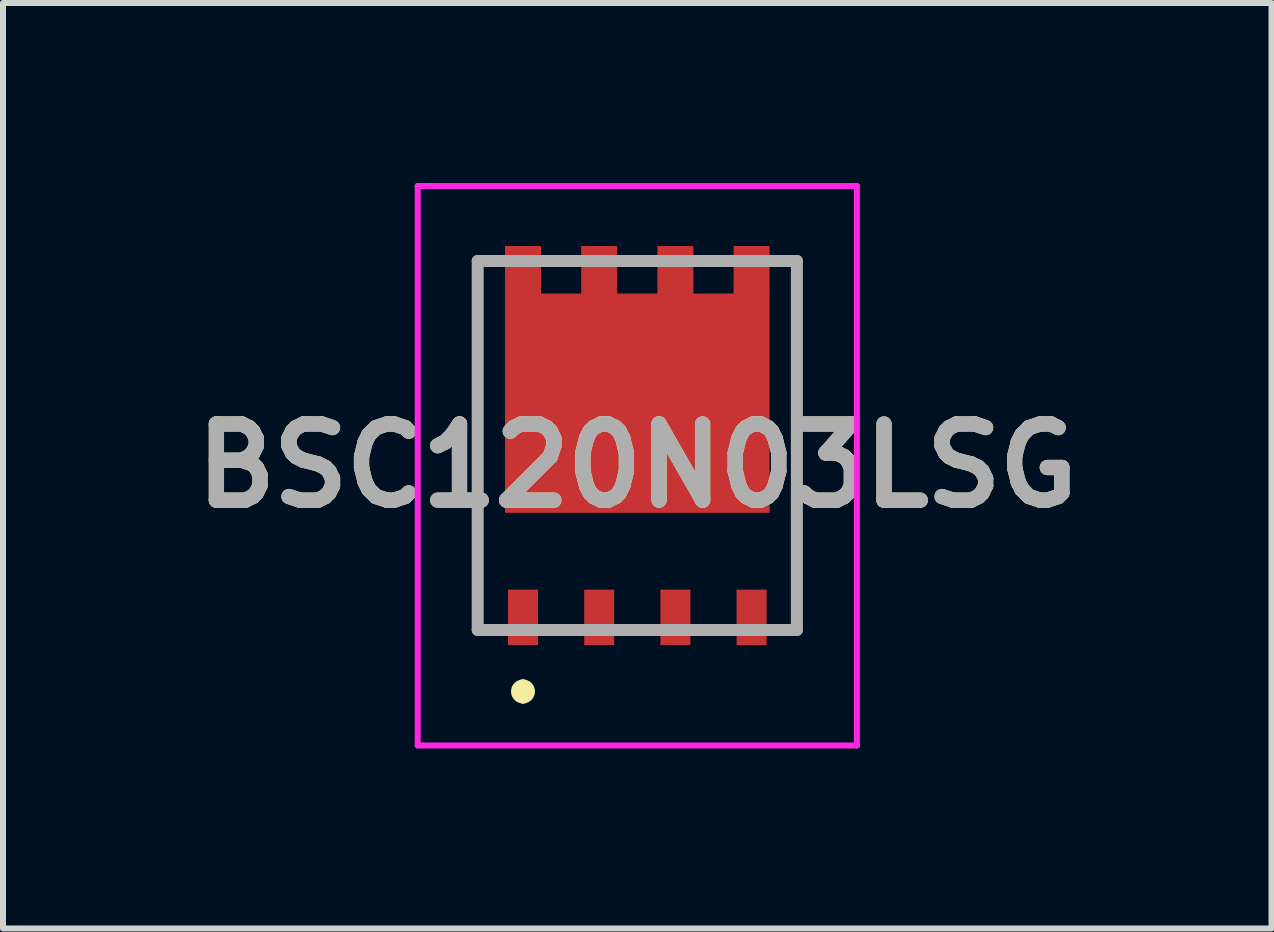
<source format=kicad_pcb>
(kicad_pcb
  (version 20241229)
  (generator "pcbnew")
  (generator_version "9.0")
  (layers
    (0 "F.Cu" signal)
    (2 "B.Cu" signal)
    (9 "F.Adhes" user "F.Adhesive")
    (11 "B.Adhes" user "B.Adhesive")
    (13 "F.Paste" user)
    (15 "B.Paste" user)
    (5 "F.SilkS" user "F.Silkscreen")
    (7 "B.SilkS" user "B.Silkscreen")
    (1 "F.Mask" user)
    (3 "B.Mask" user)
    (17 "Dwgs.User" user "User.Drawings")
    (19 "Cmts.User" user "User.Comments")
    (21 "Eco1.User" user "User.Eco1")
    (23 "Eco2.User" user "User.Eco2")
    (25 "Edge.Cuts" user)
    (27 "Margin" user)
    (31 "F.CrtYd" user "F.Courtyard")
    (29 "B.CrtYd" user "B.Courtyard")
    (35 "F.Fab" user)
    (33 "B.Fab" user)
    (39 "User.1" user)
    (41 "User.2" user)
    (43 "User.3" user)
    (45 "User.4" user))
  (footprint "BSC120N03LSG"
    (layer "F.Cu")
    (at 7.572 4.375)
    (property "Reference" "BSC120N03LSG" (at 0 0.337 0) (layer "F.SilkS") (effects (font (size 1.27 1.27) (thickness 0.254))))
    (attr smd)
    (fp_line (start -2.66 -3.075) (end -2.66 3.075) (stroke (width 0.1) (type solid)) (layer "F.SilkS"))
    (fp_line (start -1.905 4) (end -1.905 4) (stroke (width 0.2) (type solid)) (layer "F.SilkS"))
    (fp_line (start -1.905 4.2) (end -1.905 4.2) (stroke (width 0.2) (type solid)) (layer "F.SilkS"))
    (fp_line (start 2.66 -3.075) (end 2.66 3.075) (stroke (width 0.1) (type solid)) (layer "F.SilkS"))
    (fp_arc (start -1.905 4) (mid -1.805 4.1) (end -1.905 4.2) (stroke (width 0.2) (type solid)) (layer "F.SilkS"))
    (fp_arc (start -1.905 4.2) (mid -2.005 4.1) (end -1.905 4) (stroke (width 0.2) (type solid)) (layer "F.SilkS"))
    (fp_line (start -3.66 -4.325) (end 3.66 -4.325) (stroke (width 0.1) (type solid)) (layer "F.CrtYd"))
    (fp_line (start -3.66 5) (end -3.66 -4.325) (stroke (width 0.1) (type solid)) (layer "F.CrtYd"))
    (fp_line (start 3.66 -4.325) (end 3.66 5) (stroke (width 0.1) (type solid)) (layer "F.CrtYd"))
    (fp_line (start 3.66 5) (end -3.66 5) (stroke (width 0.1) (type solid)) (layer "F.CrtYd"))
    (fp_line (start -2.66 -3.075) (end 2.66 -3.075) (stroke (width 0.2) (type solid)) (layer "F.Fab"))
    (fp_line (start -2.66 3.075) (end -2.66 -3.075) (stroke (width 0.2) (type solid)) (layer "F.Fab"))
    (fp_line (start 2.66 -3.075) (end 2.66 3.075) (stroke (width 0.2) (type solid)) (layer "F.Fab"))
    (fp_line (start 2.66 3.075) (end -2.66 3.075) (stroke (width 0.2) (type solid)) (layer "F.Fab"))
    (fp_text user "${REFERENCE}" (at 0 0.337 0) (layer "F.Fab") (effects (font (size 1.27 1.27) (thickness 0.254))))
    (pad "1" smd rect (at -1.905 2.865) (size 0.5 0.925) (layers "F.Cu" "F.Mask" "F.Paste"))
    (pad "2" smd rect (at -0.635 2.865) (size 0.5 0.925) (layers "F.Cu" "F.Mask" "F.Paste"))
    (pad "3" smd rect (at 0.635 2.865) (size 0.5 0.925) (layers "F.Cu" "F.Mask" "F.Paste"))
    (pad "4" smd rect (at 1.905 2.865) (size 0.5 0.925) (layers "F.Cu" "F.Mask" "F.Paste"))
    (pad "5" smd rect (at 1.905 -2.925) (size 0.6 0.8) (layers "F.Cu" "F.Mask" "F.Paste"))
    (pad "6" smd rect (at 0.635 -2.925) (size 0.6 0.8) (layers "F.Cu" "F.Mask" "F.Paste"))
    (pad "7" smd rect (at -0.635 -2.925) (size 0.6 0.8) (layers "F.Cu" "F.Mask" "F.Paste"))
    (pad "8" smd rect (at -1.905 -2.925) (size 0.6 0.8) (layers "F.Cu" "F.Mask" "F.Paste"))
    (pad "9" smd rect (at 0 -0.705 90) (size 3.655 4.41) (layers "F.Cu" "F.Mask" "F.Paste")))
  (gr_rect
    (start -3 -3)
    (end 18.143 12.425)
    (stroke (width 0.1) (type default))
    (fill no)
    (layer "Edge.Cuts")))
</source>
